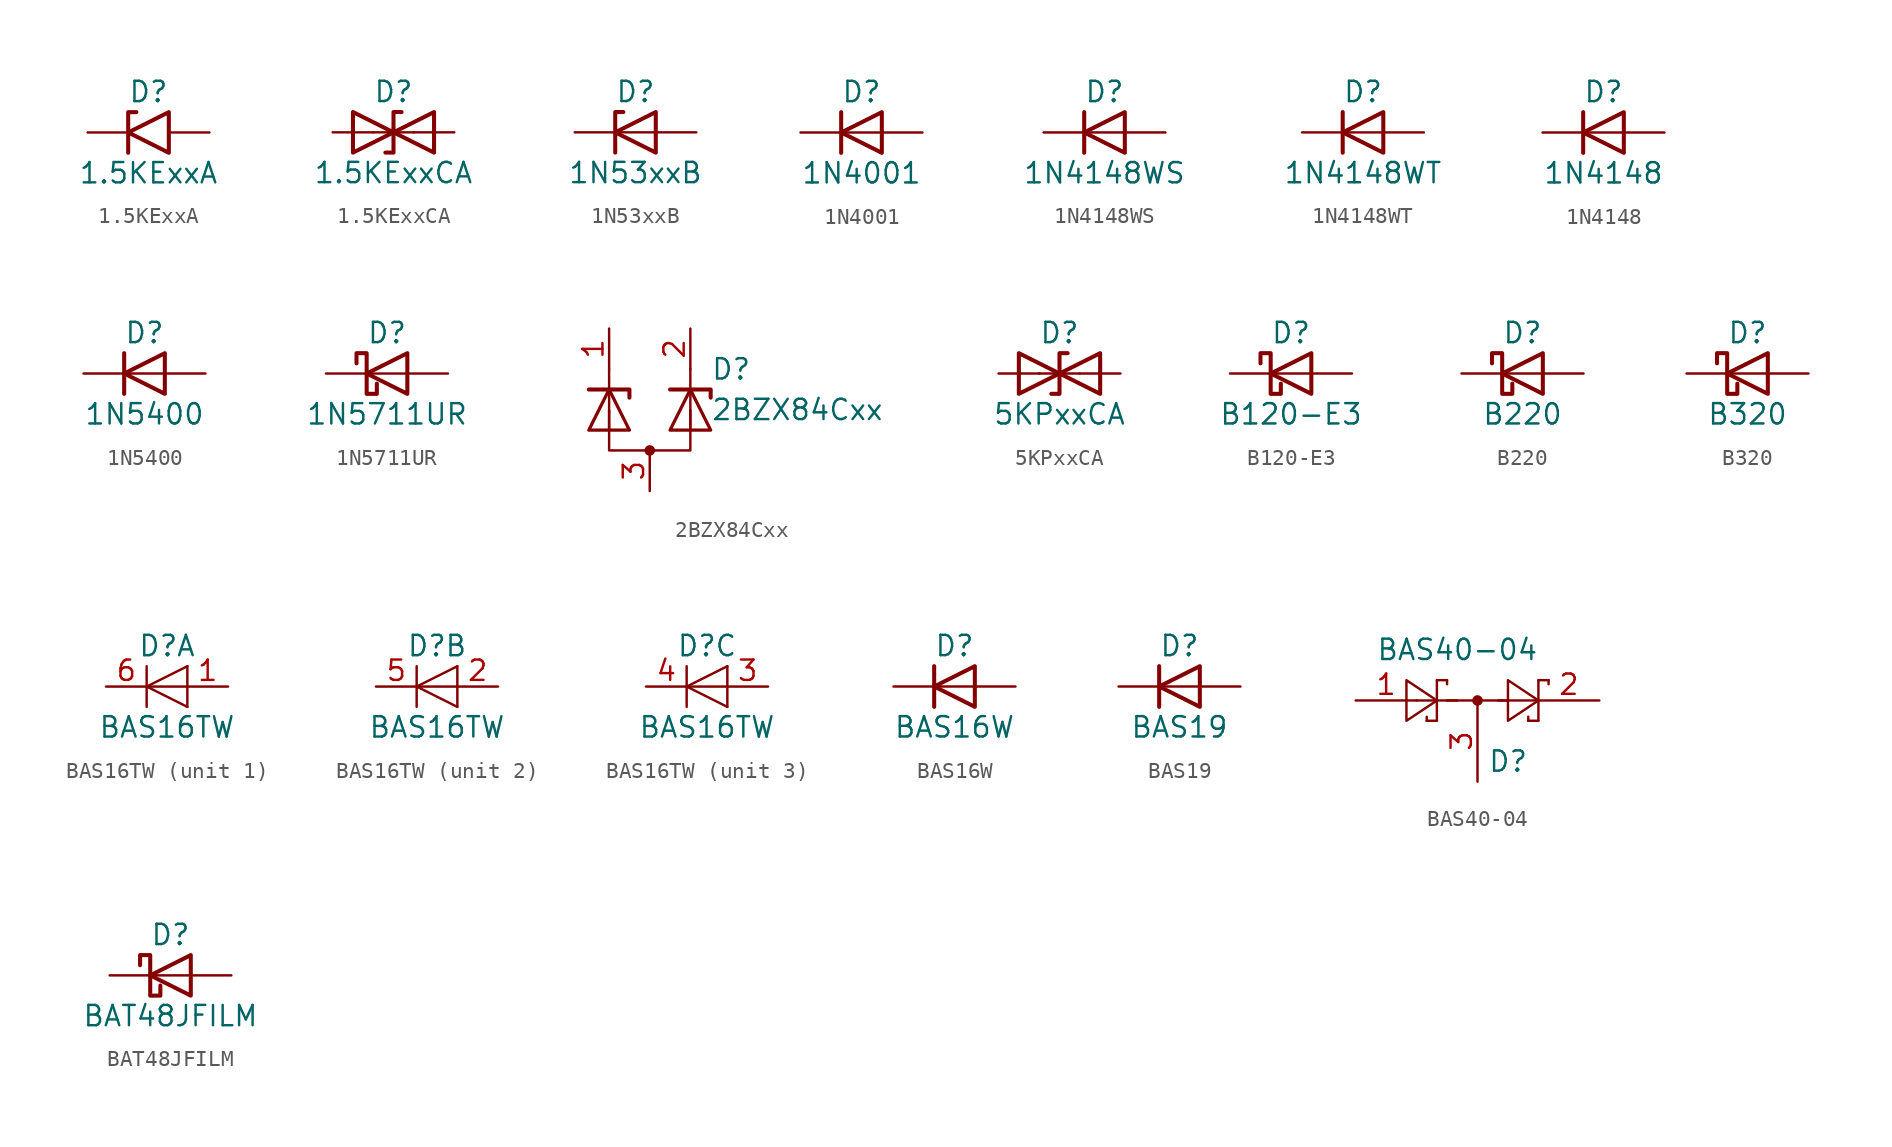
<source format=kicad_sym>
(kicad_symbol_lib
  (version 20201005)
  (generator kicad_symbol_editor)
  (symbol "Diode:1.5KExxA"
    (pin_numbers hide)
    (pin_names
      (offset 1.016) hide)
    (property "Reference" "D"
      (at 0 2.54 0)
      (effects (font (size 1.27 1.27))))
    (property "Value" "1.5KExxA"
      (at 0 -2.54 0)
      (effects (font (size 1.27 1.27))))
    (symbol "1.5KExxA_0_1"
      (polyline (pts (xy -0.762 1.27) (xy -1.27 1.27) (xy -1.27 -1.27)) (stroke (width 0.254)) (fill (type none)))
      (polyline (pts (xy 1.27 1.27) (xy 1.27 -1.27) (xy -1.27 0) (xy 1.27 1.27)) (stroke (width 0.254)) (fill (type none))))
    (symbol "1.5KExxA_1_1"
      (pin passive line (at -3.81 0 0) (length 2.54) (name "A1" (effects (font (size 1.27 1.27)))) (number "1" (effects (font (size 1.27 1.27)))))
      (pin passive line (at 3.81 0 180) (length 2.54) (name "A2" (effects (font (size 1.27 1.27)))) (number "2" (effects (font (size 1.27 1.27)))))))
  (symbol "Diode:1.5KExxCA"
    (pin_numbers hide)
    (pin_names
      (offset 1.016) hide)
    (property "Reference" "D"
      (at 0 2.54 0)
      (effects (font (size 1.27 1.27))))
    (property "Value" "1.5KExxCA"
      (at 0 -2.54 0)
      (effects (font (size 1.27 1.27))))
    (symbol "1.5KExxCA_0_1"
      (polyline (pts (xy 1.27 0) (xy -1.27 0)) (stroke (width 0)) (fill (type none)))
      (polyline (pts (xy -2.54 -1.27) (xy 0 0) (xy -2.54 1.27) (xy -2.54 -1.27)) (stroke (width 0.254)) (fill (type none)))
      (polyline (pts (xy 0.508 1.27) (xy 0 1.27) (xy 0 -1.27) (xy -0.508 -1.27)) (stroke (width 0.254)) (fill (type none)))
      (polyline (pts (xy 2.54 1.27) (xy 2.54 -1.27) (xy 0 0) (xy 2.54 1.27)) (stroke (width 0.254)) (fill (type none))))
    (symbol "1.5KExxCA_1_1"
      (pin passive line (at -3.81 0 0) (length 2.54) (name "A1" (effects (font (size 1.27 1.27)))) (number "1" (effects (font (size 1.27 1.27)))))
      (pin passive line (at 3.81 0 180) (length 2.54) (name "A2" (effects (font (size 1.27 1.27)))) (number "2" (effects (font (size 1.27 1.27)))))))
  (symbol "Diode:1N53xxB"
    (pin_numbers hide)
    (pin_names
      (offset 1.016) hide)
    (property "Reference" "D"
      (at 0 2.54 0)
      (effects (font (size 1.27 1.27))))
    (property "Value" "1N53xxB"
      (at 0 -2.54 0)
      (effects (font (size 1.27 1.27))))
    (symbol "1N53xxB_0_1"
      (polyline (pts (xy 1.27 0) (xy -1.27 0)) (stroke (width 0)) (fill (type none)))
      (polyline (pts (xy -1.27 -1.27) (xy -1.27 1.27) (xy -0.762 1.27)) (stroke (width 0.254)) (fill (type none)))
      (polyline (pts (xy 1.27 -1.27) (xy 1.27 1.27) (xy -1.27 0) (xy 1.27 -1.27)) (stroke (width 0.254)) (fill (type none))))
    (symbol "1N53xxB_1_1"
      (pin passive line (at -3.81 0 0) (length 2.54) (name "K" (effects (font (size 1.27 1.27)))) (number "1" (effects (font (size 1.27 1.27)))))
      (pin passive line (at 3.81 0 180) (length 2.54) (name "A" (effects (font (size 1.27 1.27)))) (number "2" (effects (font (size 1.27 1.27)))))))
  (symbol "Diode:1N4001"
    (pin_numbers hide)
    (pin_names
      (offset 1.016) hide)
    (property "Reference" "D"
      (at 0 2.54 0)
      (effects (font (size 1.27 1.27))))
    (property "Value" "1N4001"
      (at 0 -2.54 0)
      (effects (font (size 1.27 1.27))))
    (symbol "1N4001_0_1"
      (polyline (pts (xy -1.27 1.27) (xy -1.27 -1.27)) (stroke (width 0.254)) (fill (type none)))
      (polyline (pts (xy 1.27 0) (xy -1.27 0)) (stroke (width 0)) (fill (type none)))
      (polyline (pts (xy 1.27 1.27) (xy 1.27 -1.27) (xy -1.27 0) (xy 1.27 1.27)) (stroke (width 0.254)) (fill (type none))))
    (symbol "1N4001_1_1"
      (pin passive line (at -3.81 0 0) (length 2.54) (name "K" (effects (font (size 1.27 1.27)))) (number "1" (effects (font (size 1.27 1.27)))))
      (pin passive line (at 3.81 0 180) (length 2.54) (name "A" (effects (font (size 1.27 1.27)))) (number "2" (effects (font (size 1.27 1.27)))))))
  (symbol "Diode:1N4148WS"
    (pin_numbers hide)
    (pin_names
      (offset 1.016) hide)
    (property "Reference" "D"
      (at 0 2.54 0)
      (effects (font (size 1.27 1.27))))
    (property "Value" "1N4148WS"
      (at 0 -2.54 0)
      (effects (font (size 1.27 1.27))))
    (symbol "1N4148WS_0_1"
      (polyline (pts (xy -1.27 1.27) (xy -1.27 -1.27)) (stroke (width 0.254)) (fill (type none)))
      (polyline (pts (xy 1.27 0) (xy -1.27 0)) (stroke (width 0)) (fill (type none)))
      (polyline (pts (xy 1.27 1.27) (xy 1.27 -1.27) (xy -1.27 0) (xy 1.27 1.27)) (stroke (width 0.254)) (fill (type none))))
    (symbol "1N4148WS_1_1"
      (pin passive line (at -3.81 0 0) (length 2.54) (name "K" (effects (font (size 1.27 1.27)))) (number "1" (effects (font (size 1.27 1.27)))))
      (pin passive line (at 3.81 0 180) (length 2.54) (name "A" (effects (font (size 1.27 1.27)))) (number "2" (effects (font (size 1.27 1.27)))))))
  (symbol "Diode:1N4148WT"
    (pin_numbers hide)
    (pin_names
      (offset 1.016) hide)
    (property "Reference" "D"
      (at 0 2.54 0)
      (effects (font (size 1.27 1.27))))
    (property "Value" "1N4148WT"
      (at 0 -2.54 0)
      (effects (font (size 1.27 1.27))))
    (symbol "1N4148WT_0_1"
      (polyline (pts (xy -1.27 1.27) (xy -1.27 -1.27)) (stroke (width 0.254)) (fill (type none)))
      (polyline (pts (xy 1.27 0) (xy -1.27 0)) (stroke (width 0)) (fill (type none)))
      (polyline (pts (xy 1.27 1.27) (xy 1.27 -1.27) (xy -1.27 0) (xy 1.27 1.27)) (stroke (width 0.254)) (fill (type none))))
    (symbol "1N4148WT_1_1"
      (pin passive line (at -3.81 0 0) (length 2.54) (name "K" (effects (font (size 1.27 1.27)))) (number "1" (effects (font (size 1.27 1.27)))))
      (pin passive line (at 3.81 0 180) (length 2.54) (name "A" (effects (font (size 1.27 1.27)))) (number "2" (effects (font (size 1.27 1.27)))))))
  (symbol "Diode:1N4148"
    (pin_numbers hide)
    (pin_names
      (offset 1.016) hide)
    (property "Reference" "D"
      (at 0 2.54 0)
      (effects (font (size 1.27 1.27))))
    (property "Value" "1N4148"
      (at 0 -2.54 0)
      (effects (font (size 1.27 1.27))))
    (symbol "1N4148_0_1"
      (polyline (pts (xy -1.27 1.27) (xy -1.27 -1.27)) (stroke (width 0.254)) (fill (type none)))
      (polyline (pts (xy 1.27 0) (xy -1.27 0)) (stroke (width 0)) (fill (type none)))
      (polyline (pts (xy 1.27 1.27) (xy 1.27 -1.27) (xy -1.27 0) (xy 1.27 1.27)) (stroke (width 0.254)) (fill (type none))))
    (symbol "1N4148_1_1"
      (pin passive line (at -3.81 0 0) (length 2.54) (name "K" (effects (font (size 1.27 1.27)))) (number "1" (effects (font (size 1.27 1.27)))))
      (pin passive line (at 3.81 0 180) (length 2.54) (name "A" (effects (font (size 1.27 1.27)))) (number "2" (effects (font (size 1.27 1.27)))))))
  (symbol "Diode:1N5400"
    (pin_numbers hide)
    (pin_names
      (offset 1.016) hide)
    (property "Reference" "D"
      (at 0 2.54 0)
      (effects (font (size 1.27 1.27))))
    (property "Value" "1N5400"
      (at 0 -2.54 0)
      (effects (font (size 1.27 1.27))))
    (symbol "1N5400_0_1"
      (polyline (pts (xy -1.27 1.27) (xy -1.27 -1.27)) (stroke (width 0.254)) (fill (type none)))
      (polyline (pts (xy 1.27 0) (xy -1.27 0)) (stroke (width 0)) (fill (type none)))
      (polyline (pts (xy 1.27 1.27) (xy 1.27 -1.27) (xy -1.27 0) (xy 1.27 1.27)) (stroke (width 0.254)) (fill (type none))))
    (symbol "1N5400_1_1"
      (pin passive line (at -3.81 0 0) (length 2.54) (name "K" (effects (font (size 1.27 1.27)))) (number "1" (effects (font (size 1.27 1.27)))))
      (pin passive line (at 3.81 0 180) (length 2.54) (name "A" (effects (font (size 1.27 1.27)))) (number "2" (effects (font (size 1.27 1.27)))))))
  (symbol "Diode:1N5711UR"
    (pin_numbers hide)
    (pin_names
      (offset 1.016) hide)
    (property "Reference" "D"
      (at 0 2.54 0)
      (effects (font (size 1.27 1.27))))
    (property "Value" "1N5711UR"
      (at 0 -2.54 0)
      (effects (font (size 1.27 1.27))))
    (symbol "1N5711UR_0_1"
      (polyline (pts (xy 1.27 0) (xy -1.27 0)) (stroke (width 0)) (fill (type none)))
      (polyline (pts (xy 1.27 1.27) (xy 1.27 -1.27) (xy -1.27 0) (xy 1.27 1.27)) (stroke (width 0.254)) (fill (type none)))
      (polyline (pts (xy -1.905 0.635) (xy -1.905 1.27) (xy -1.27 1.27) (xy -1.27 -1.27) (xy -0.635 -1.27) (xy -0.635 -0.635)) (stroke (width 0.254)) (fill (type none))))
    (symbol "1N5711UR_1_1"
      (pin passive line (at -3.81 0 0) (length 2.54) (name "K" (effects (font (size 1.27 1.27)))) (number "1" (effects (font (size 1.27 1.27)))))
      (pin passive line (at 3.81 0 180) (length 2.54) (name "A" (effects (font (size 1.27 1.27)))) (number "2" (effects (font (size 1.27 1.27)))))))
  (symbol "Diode:2BZX84Cxx"
    (pin_names
      (offset 1.016) hide)
    (property "Reference" "D"
      (at 3.81 2.54 0)
      (effects (font (size 1.27 1.27)) (justify left)))
    (property "Value" "2BZX84Cxx"
      (at 3.81 0 0)
      (effects (font (size 1.27 1.27)) (justify left)))
    (symbol "2BZX84Cxx_0_1"
      (circle (center 0 -2.54) (radius 0.254) (stroke (width 0)) (fill (type outline)))
      (polyline (pts (xy -2.54 -1.27) (xy -2.54 2.54)) (stroke (width 0)) (fill (type none)))
      (polyline (pts (xy 2.54 -1.27) (xy 2.54 2.54)) (stroke (width 0)) (fill (type none)))
      (polyline (pts (xy -3.81 1.27) (xy -1.27 1.27) (xy -1.27 0.762)) (stroke (width 0.254)) (fill (type none)))
      (polyline (pts (xy 1.27 1.27) (xy 3.81 1.27) (xy 3.81 0.762)) (stroke (width 0.254)) (fill (type none)))
      (polyline (pts (xy -2.54 0) (xy -2.54 -2.54) (xy 2.54 -2.54) (xy 2.54 0)) (stroke (width 0)) (fill (type none))))
    (symbol "2BZX84Cxx_1_1"
      (polyline (pts (xy -3.81 -1.27) (xy -1.27 -1.27) (xy -2.54 1.27) (xy -3.81 -1.27)) (stroke (width 0.203)) (fill (type none)))
      (polyline (pts (xy 1.27 -1.27) (xy 3.81 -1.27) (xy 2.54 1.27) (xy 1.27 -1.27)) (stroke (width 0.203)) (fill (type none)))
      (pin passive line (at -2.54 5.08 270) (length 2.54) (name "K" (effects (font (size 1.27 1.27)))) (number "1" (effects (font (size 1.27 1.27)))))
      (pin passive line (at 2.54 5.08 270) (length 2.54) (name "K" (effects (font (size 1.27 1.27)))) (number "2" (effects (font (size 1.27 1.27)))))
      (pin passive line (at 0 -5.08 90) (length 2.54) (name "A" (effects (font (size 1.27 1.27)))) (number "3" (effects (font (size 1.27 1.27)))))))
  (symbol "Diode:5KPxxCA"
    (pin_numbers hide)
    (pin_names
      (offset 1.016) hide)
    (property "Reference" "D"
      (at 0 2.54 0)
      (effects (font (size 1.27 1.27))))
    (property "Value" "5KPxxCA"
      (at 0 -2.54 0)
      (effects (font (size 1.27 1.27))))
    (symbol "5KPxxCA_0_1"
      (polyline (pts (xy 1.27 0) (xy -1.27 0)) (stroke (width 0)) (fill (type none)))
      (polyline (pts (xy -2.54 -1.27) (xy 0 0) (xy -2.54 1.27) (xy -2.54 -1.27)) (stroke (width 0.254)) (fill (type none)))
      (polyline (pts (xy 0.508 1.27) (xy 0 1.27) (xy 0 -1.27) (xy -0.508 -1.27)) (stroke (width 0.254)) (fill (type none)))
      (polyline (pts (xy 2.54 1.27) (xy 2.54 -1.27) (xy 0 0) (xy 2.54 1.27)) (stroke (width 0.254)) (fill (type none))))
    (symbol "5KPxxCA_1_1"
      (pin passive line (at -3.81 0 0) (length 2.54) (name "A1" (effects (font (size 1.27 1.27)))) (number "1" (effects (font (size 1.27 1.27)))))
      (pin passive line (at 3.81 0 180) (length 2.54) (name "A2" (effects (font (size 1.27 1.27)))) (number "2" (effects (font (size 1.27 1.27)))))))
  (symbol "Diode:B120-E3"
    (pin_numbers hide)
    (pin_names hide)
    (property "Reference" "D"
      (at 0 2.54 0)
      (effects (font (size 1.27 1.27))))
    (property "Value" "B120-E3"
      (at 0 -2.54 0)
      (effects (font (size 1.27 1.27))))
    (symbol "B120-E3_0_1"
      (polyline (pts (xy 1.27 0) (xy -1.27 0)) (stroke (width 0)) (fill (type none)))
      (polyline (pts (xy 1.27 1.27) (xy 1.27 -1.27) (xy -1.27 0) (xy 1.27 1.27)) (stroke (width 0.254)) (fill (type none)))
      (polyline (pts (xy -1.905 0.635) (xy -1.905 1.27) (xy -1.27 1.27) (xy -1.27 -1.27) (xy -0.635 -1.27) (xy -0.635 -0.635)) (stroke (width 0.254)) (fill (type none))))
    (symbol "B120-E3_1_1"
      (pin passive line (at -3.81 0 0) (length 2.54) (name "K" (effects (font (size 1.27 1.27)))) (number "1" (effects (font (size 1.27 1.27)))))
      (pin passive line (at 3.81 0 180) (length 2.54) (name "A" (effects (font (size 1.27 1.27)))) (number "2" (effects (font (size 1.27 1.27)))))))
  (symbol "Diode:B220"
    (pin_numbers hide)
    (pin_names
      (offset 1.016) hide)
    (property "Reference" "D"
      (at 0 2.54 0)
      (effects (font (size 1.27 1.27))))
    (property "Value" "B220"
      (at 0 -2.54 0)
      (effects (font (size 1.27 1.27))))
    (symbol "B220_0_1"
      (polyline (pts (xy 1.27 0) (xy -1.27 0)) (stroke (width 0)) (fill (type none)))
      (polyline (pts (xy 1.27 1.27) (xy 1.27 -1.27) (xy -1.27 0) (xy 1.27 1.27)) (stroke (width 0.254)) (fill (type none)))
      (polyline (pts (xy -1.905 0.635) (xy -1.905 1.27) (xy -1.27 1.27) (xy -1.27 -1.27) (xy -0.635 -1.27) (xy -0.635 -0.635)) (stroke (width 0.254)) (fill (type none))))
    (symbol "B220_1_1"
      (pin passive line (at -3.81 0 0) (length 2.54) (name "K" (effects (font (size 1.27 1.27)))) (number "1" (effects (font (size 1.27 1.27)))))
      (pin passive line (at 3.81 0 180) (length 2.54) (name "A" (effects (font (size 1.27 1.27)))) (number "2" (effects (font (size 1.27 1.27)))))))
  (symbol "Diode:B320"
    (pin_numbers hide)
    (pin_names
      (offset 1.016) hide)
    (property "Reference" "D"
      (at 0 2.54 0)
      (effects (font (size 1.27 1.27))))
    (property "Value" "B320"
      (at 0 -2.54 0)
      (effects (font (size 1.27 1.27))))
    (symbol "B320_0_1"
      (polyline (pts (xy 1.27 0) (xy -1.27 0)) (stroke (width 0)) (fill (type none)))
      (polyline (pts (xy 1.27 1.27) (xy 1.27 -1.27) (xy -1.27 0) (xy 1.27 1.27)) (stroke (width 0.254)) (fill (type none)))
      (polyline (pts (xy -1.905 0.635) (xy -1.905 1.27) (xy -1.27 1.27) (xy -1.27 -1.27) (xy -0.635 -1.27) (xy -0.635 -0.635)) (stroke (width 0.254)) (fill (type none))))
    (symbol "B320_1_1"
      (pin passive line (at -3.81 0 0) (length 2.54) (name "K" (effects (font (size 1.27 1.27)))) (number "1" (effects (font (size 1.27 1.27)))))
      (pin passive line (at 3.81 0 180) (length 2.54) (name "A" (effects (font (size 1.27 1.27)))) (number "2" (effects (font (size 1.27 1.27)))))))
  (symbol "Diode:BAS16TW"
    (pin_names
      (offset 1.016) hide)
    (property "Reference" "D"
      (at 0 2.54 0)
      (effects (font (size 1.27 1.27))))
    (property "Value" "BAS16TW"
      (at 0 -2.54 0)
      (effects (font (size 1.27 1.27))))
    (symbol "BAS16TW_0_1"
      (polyline (pts (xy -1.27 1.27) (xy -1.27 -1.27)) (stroke (width 0.152)) (fill (type none)))
      (polyline (pts (xy 1.27 0) (xy -1.27 0)) (stroke (width 0)) (fill (type none)))
      (polyline (pts (xy 1.27 1.27) (xy 1.27 -1.27)) (stroke (width 0)) (fill (type none)))
      (polyline (pts (xy 1.27 1.27) (xy -1.27 0) (xy 1.27 -1.27)) (stroke (width 0)) (fill (type none))))
    (symbol "BAS16TW_1_1"
      (pin passive line (at 3.81 0 180) (length 2.54) (name "A" (effects (font (size 1.27 1.27)))) (number "1" (effects (font (size 1.27 1.27)))))
      (pin passive line (at -3.81 0 0) (length 2.54) (name "K" (effects (font (size 1.27 1.27)))) (number "6" (effects (font (size 1.27 1.27))))))
    (symbol "BAS16TW_2_1"
      (pin passive line (at 3.81 0 180) (length 2.54) (name "A" (effects (font (size 1.27 1.27)))) (number "2" (effects (font (size 1.27 1.27)))))
      (pin passive line (at -3.81 0 0) (length 2.54) (name "K" (effects (font (size 1.27 1.27)))) (number "5" (effects (font (size 1.27 1.27))))))
    (symbol "BAS16TW_3_1"
      (pin passive line (at 3.81 0 180) (length 2.54) (name "A" (effects (font (size 1.27 1.27)))) (number "3" (effects (font (size 1.27 1.27)))))
      (pin passive line (at -3.81 0 0) (length 2.54) (name "K" (effects (font (size 1.27 1.27)))) (number "4" (effects (font (size 1.27 1.27)))))))
  (symbol "Diode:BAS16W"
    (pin_numbers hide)
    (pin_names hide)
    (property "Reference" "D"
      (at 0 2.54 0)
      (effects (font (size 1.27 1.27))))
    (property "Value" "BAS16W"
      (at 0 -2.54 0)
      (effects (font (size 1.27 1.27))))
    (symbol "BAS16W_0_1"
      (polyline (pts (xy -1.27 1.27) (xy -1.27 -1.27)) (stroke (width 0.254)) (fill (type none)))
      (polyline (pts (xy 1.27 0) (xy -1.27 0)) (stroke (width 0)) (fill (type none)))
      (polyline (pts (xy 1.27 1.27) (xy 1.27 -1.27) (xy -1.27 0) (xy 1.27 1.27)) (stroke (width 0.254)) (fill (type none))))
    (symbol "BAS16W_1_1"
      (pin passive line (at 3.81 0 180) (length 2.54) (name "A" (effects (font (size 1.27 1.27)))) (number "1" (effects (font (size 1.27 1.27)))))
      (pin no_connect line (at -1.27 0 0) (length 2.54) hide (name "NC" (effects (font (size 1.27 1.27)))) (number "2" (effects (font (size 1.27 1.27)))))
      (pin passive line (at -3.81 0 0) (length 2.54) (name "K" (effects (font (size 1.27 1.27)))) (number "3" (effects (font (size 1.27 1.27)))))))
  (symbol "Diode:BAS19"
    (pin_numbers hide)
    (pin_names hide)
    (property "Reference" "D"
      (at 0 2.54 0)
      (effects (font (size 1.27 1.27))))
    (property "Value" "BAS19"
      (at 0 -2.54 0)
      (effects (font (size 1.27 1.27))))
    (symbol "BAS19_0_1"
      (polyline (pts (xy -1.27 1.27) (xy -1.27 -1.27)) (stroke (width 0.254)) (fill (type none)))
      (polyline (pts (xy 1.27 0) (xy -1.27 0)) (stroke (width 0)) (fill (type none)))
      (polyline (pts (xy 1.27 1.27) (xy 1.27 -1.27) (xy -1.27 0) (xy 1.27 1.27)) (stroke (width 0.254)) (fill (type none))))
    (symbol "BAS19_1_1"
      (pin passive line (at 3.81 0 180) (length 2.54) (name "A" (effects (font (size 1.27 1.27)))) (number "1" (effects (font (size 1.27 1.27)))))
      (pin no_connect line (at -1.27 0 0) (length 2.54) hide (name "NC" (effects (font (size 1.27 1.27)))) (number "2" (effects (font (size 1.27 1.27)))))
      (pin passive line (at -3.81 0 0) (length 2.54) (name "K" (effects (font (size 1.27 1.27)))) (number "3" (effects (font (size 1.27 1.27)))))))
  (symbol "Diode:BAS40-04"
    (pin_names
      (offset 1.016))
    (property "Reference" "D"
      (at 0.635 -1.27 0)
      (effects (font (size 1.27 1.27)) (justify left)))
    (property "Value" "BAS40-04"
      (at -6.35 5.715 0)
      (effects (font (size 1.27 1.27)) (justify left)))
    (symbol "BAS40-04_0_1"
      (circle (center 0 2.54) (radius 0.254) (stroke (width 0)) (fill (type outline)))
      (polyline (pts (xy -3.81 2.54) (xy -1.27 2.54)) (stroke (width 0)) (fill (type none)))
      (polyline (pts (xy -3.175 1.27) (xy -3.175 1.524)) (stroke (width 0)) (fill (type none)))
      (polyline (pts (xy -2.54 1.27) (xy -3.175 1.27)) (stroke (width 0)) (fill (type none)))
      (polyline (pts (xy -2.54 1.27) (xy -2.54 3.81)) (stroke (width 0)) (fill (type none)))
      (polyline (pts (xy -2.54 3.81) (xy -1.905 3.81)) (stroke (width 0)) (fill (type none)))
      (polyline (pts (xy -1.905 2.54) (xy 1.905 2.54)) (stroke (width 0)) (fill (type none)))
      (polyline (pts (xy -1.905 3.81) (xy -1.905 3.556)) (stroke (width 0)) (fill (type none)))
      (polyline (pts (xy 1.27 2.54) (xy 3.81 2.54)) (stroke (width 0)) (fill (type none)))
      (polyline (pts (xy 3.175 1.27) (xy 3.175 1.524)) (stroke (width 0)) (fill (type none)))
      (polyline (pts (xy 3.81 1.27) (xy 3.175 1.27)) (stroke (width 0)) (fill (type none)))
      (polyline (pts (xy 3.81 1.27) (xy 3.81 3.81)) (stroke (width 0)) (fill (type none)))
      (polyline (pts (xy 3.81 3.81) (xy 4.445 3.81)) (stroke (width 0)) (fill (type none)))
      (polyline (pts (xy 4.445 3.81) (xy 4.445 3.556)) (stroke (width 0)) (fill (type none)))
      (polyline (pts (xy -4.445 3.81) (xy -4.445 1.27) (xy -2.54 2.54) (xy -4.445 3.81)) (stroke (width 0)) (fill (type none)))
      (polyline (pts (xy 1.905 3.81) (xy 1.905 1.27) (xy 3.81 2.54) (xy 1.905 3.81)) (stroke (width 0)) (fill (type none))))
    (symbol "BAS40-04_1_1"
      (pin passive line (at -7.62 2.54 0) (length 3.81) (name "~" (effects (font (size 1.27 1.27)))) (number "1" (effects (font (size 1.27 1.27)))))
      (pin passive line (at 7.62 2.54 180) (length 3.81) (name "~" (effects (font (size 1.27 1.27)))) (number "2" (effects (font (size 1.27 1.27)))))
      (pin passive line (at 0 -2.54 90) (length 5.08) (name "~" (effects (font (size 1.27 1.27)))) (number "3" (effects (font (size 1.27 1.27)))))))
  (symbol "Diode:BAT48JFILM"
    (pin_numbers hide)
    (pin_names
      (offset 1.016) hide)
    (property "Reference" "D"
      (at 0 2.54 0)
      (effects (font (size 1.27 1.27))))
    (property "Value" "BAT48JFILM"
      (at 0 -2.54 0)
      (effects (font (size 1.27 1.27))))
    (symbol "BAT48JFILM_0_1"
      (polyline (pts (xy 1.27 0) (xy -1.27 0)) (stroke (width 0)) (fill (type none)))
      (polyline (pts (xy 1.27 1.27) (xy 1.27 -1.27) (xy -1.27 0) (xy 1.27 1.27)) (stroke (width 0.254)) (fill (type none)))
      (polyline (pts (xy -1.905 0.635) (xy -1.905 1.27) (xy -1.27 1.27) (xy -1.27 -1.27) (xy -0.635 -1.27) (xy -0.635 -0.635)) (stroke (width 0.254)) (fill (type none))))
    (symbol "BAT48JFILM_1_1"
      (pin passive line (at -3.81 0 0) (length 2.54) (name "K" (effects (font (size 1.27 1.27)))) (number "1" (effects (font (size 1.27 1.27)))))
      (pin passive line (at 3.81 0 180) (length 2.54) (name "A" (effects (font (size 1.27 1.27)))) (number "2" (effects (font (size 1.27 1.27))))))))
</source>
